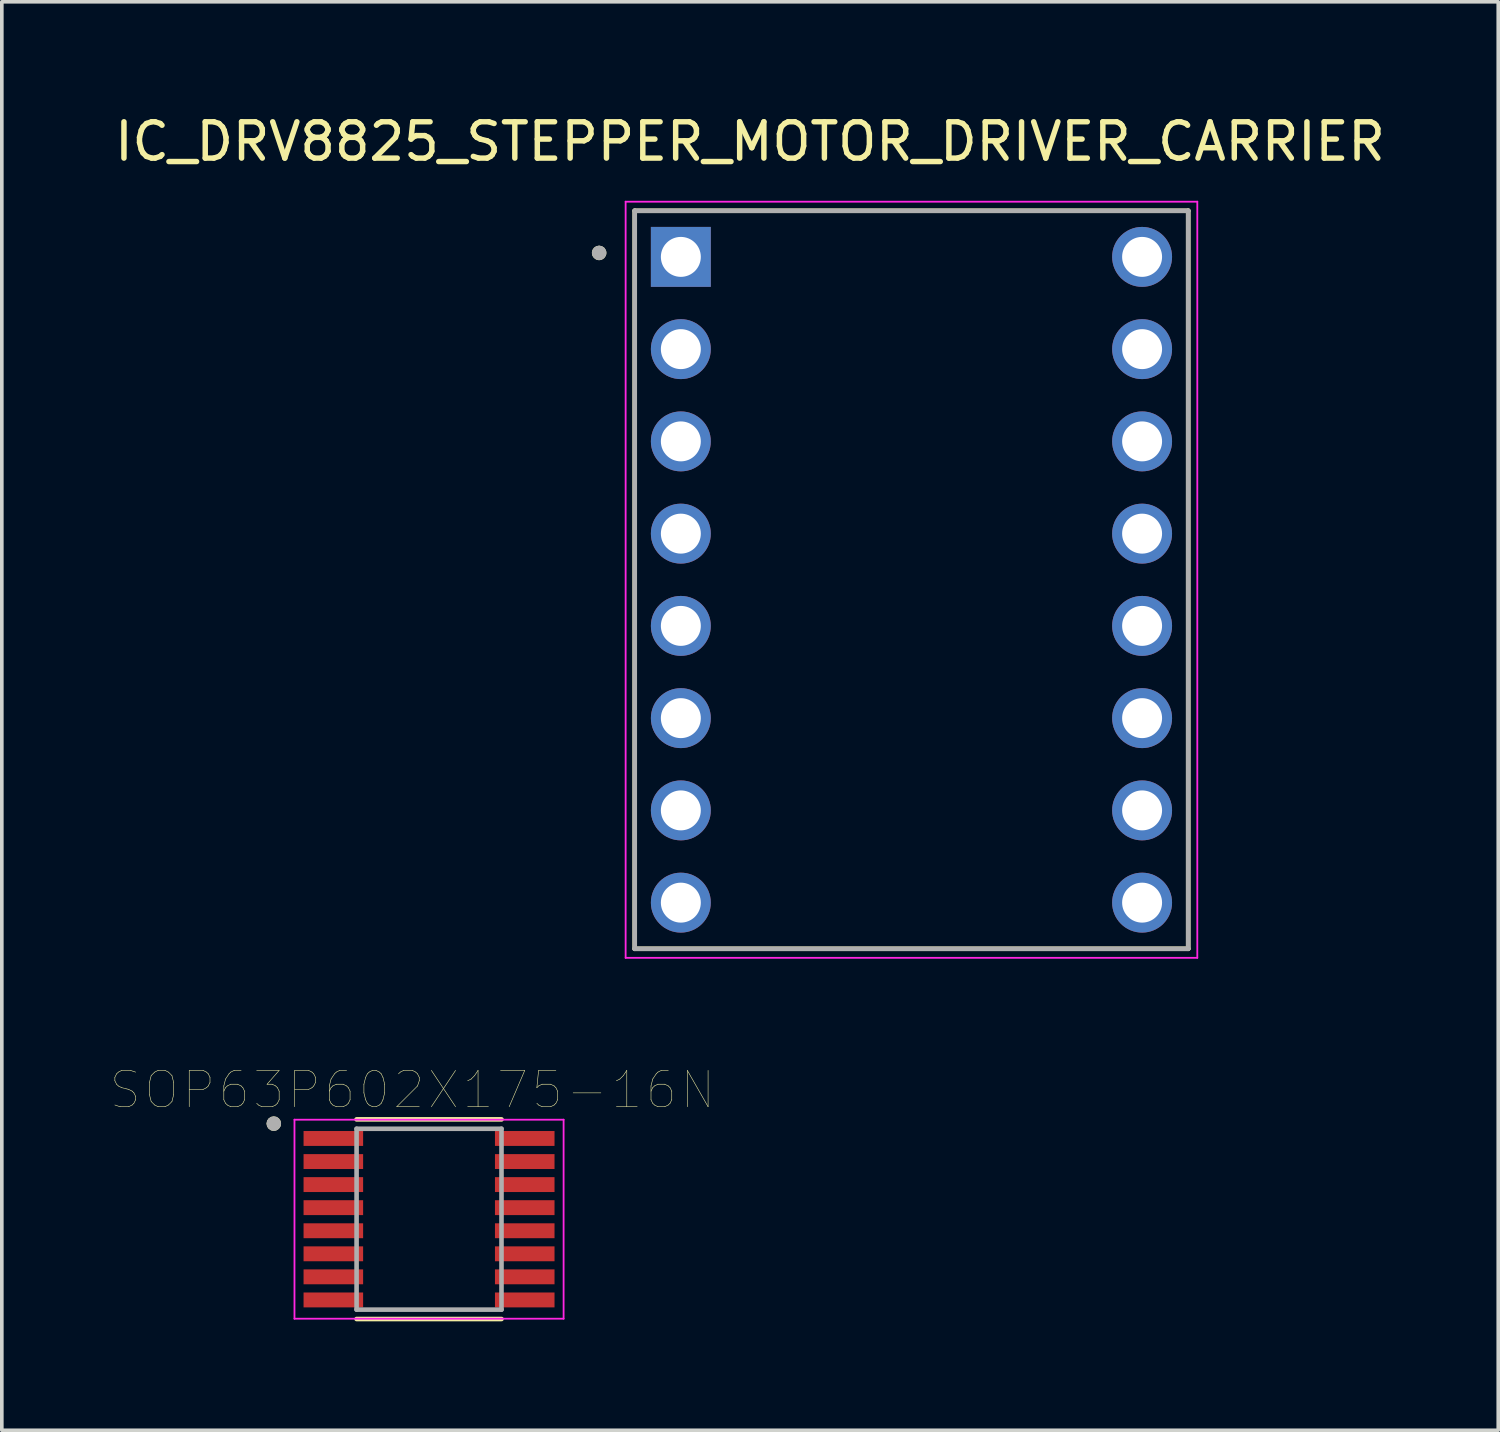
<source format=kicad_pcb>
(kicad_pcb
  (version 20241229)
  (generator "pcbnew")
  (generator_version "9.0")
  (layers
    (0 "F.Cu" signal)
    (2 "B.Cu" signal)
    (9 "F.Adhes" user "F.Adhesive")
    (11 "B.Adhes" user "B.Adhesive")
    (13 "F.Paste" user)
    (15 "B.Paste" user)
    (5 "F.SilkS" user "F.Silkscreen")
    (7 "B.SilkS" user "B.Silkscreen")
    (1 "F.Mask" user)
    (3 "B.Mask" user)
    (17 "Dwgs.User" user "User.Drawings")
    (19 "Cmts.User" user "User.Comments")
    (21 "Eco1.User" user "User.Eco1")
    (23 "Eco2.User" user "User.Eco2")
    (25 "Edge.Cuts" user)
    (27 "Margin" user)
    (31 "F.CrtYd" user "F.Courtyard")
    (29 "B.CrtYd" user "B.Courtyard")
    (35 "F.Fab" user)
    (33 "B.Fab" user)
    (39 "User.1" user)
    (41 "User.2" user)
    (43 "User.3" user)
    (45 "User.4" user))
  (footprint "IC_DRV8825_STEPPER_MOTOR_DRIVER_CARRIER"
    (layer "F.Cu")
    (at 22.046 12.913)
    (property "Reference" "IC_DRV8825_STEPPER_MOTOR_DRIVER_CARRIER" (at -4.445 -12.065 0) (layer "F.SilkS") (effects (font (size 1 1) (thickness 0.15))))
    (attr through_hole)
    (fp_line (start -7.62 -10.16) (end 7.62 -10.16) (stroke (width 0.127) (type solid)) (layer "F.SilkS"))
    (fp_line (start -7.62 10.16) (end -7.62 -10.16) (stroke (width 0.127) (type solid)) (layer "F.SilkS"))
    (fp_line (start 7.62 -10.16) (end 7.62 10.16) (stroke (width 0.127) (type solid)) (layer "F.SilkS"))
    (fp_line (start 7.62 10.16) (end -7.62 10.16) (stroke (width 0.127) (type solid)) (layer "F.SilkS"))
    (fp_circle (center -8.6 -9) (end -8.5 -9) (stroke (width 0.2) (type solid)) (fill no) (layer "F.SilkS"))
    (fp_line (start -7.87 -10.41) (end 7.87 -10.41) (stroke (width 0.05) (type solid)) (layer "F.CrtYd"))
    (fp_line (start -7.87 10.41) (end -7.87 -10.41) (stroke (width 0.05) (type solid)) (layer "F.CrtYd"))
    (fp_line (start 7.87 -10.41) (end 7.87 10.41) (stroke (width 0.05) (type solid)) (layer "F.CrtYd"))
    (fp_line (start 7.87 10.41) (end -7.87 10.41) (stroke (width 0.05) (type solid)) (layer "F.CrtYd"))
    (fp_line (start -7.62 -10.16) (end 7.62 -10.16) (stroke (width 0.127) (type solid)) (layer "F.Fab"))
    (fp_line (start -7.62 10.16) (end -7.62 -10.16) (stroke (width 0.127) (type solid)) (layer "F.Fab"))
    (fp_line (start 7.62 -10.16) (end 7.62 10.16) (stroke (width 0.127) (type solid)) (layer "F.Fab"))
    (fp_line (start 7.62 10.16) (end -7.62 10.16) (stroke (width 0.127) (type solid)) (layer "F.Fab"))
    (fp_circle (center -8.6 -9) (end -8.5 -9) (stroke (width 0.2) (type solid)) (fill no) (layer "F.Fab"))
    (pad "1" thru_hole rect (at -6.35 -8.89) (size 1.65 1.65) (drill 1.1) (layers "*.Cu" "*.Mask"))
    (pad "2" thru_hole circle (at -6.35 -6.35) (size 1.65 1.65) (drill 1.1) (layers "*.Cu" "*.Mask"))
    (pad "3" thru_hole circle (at -6.35 -3.81) (size 1.65 1.65) (drill 1.1) (layers "*.Cu" "*.Mask"))
    (pad "4" thru_hole circle (at -6.35 -1.27) (size 1.65 1.65) (drill 1.1) (layers "*.Cu" "*.Mask"))
    (pad "5" thru_hole circle (at -6.35 1.27) (size 1.65 1.65) (drill 1.1) (layers "*.Cu" "*.Mask"))
    (pad "6" thru_hole circle (at -6.35 3.81) (size 1.65 1.65) (drill 1.1) (layers "*.Cu" "*.Mask"))
    (pad "7" thru_hole circle (at -6.35 6.35) (size 1.65 1.65) (drill 1.1) (layers "*.Cu" "*.Mask"))
    (pad "8" thru_hole circle (at -6.35 8.89) (size 1.65 1.65) (drill 1.1) (layers "*.Cu" "*.Mask"))
    (pad "9" thru_hole circle (at 6.35 8.89) (size 1.65 1.65) (drill 1.1) (layers "*.Cu" "*.Mask"))
    (pad "10" thru_hole circle (at 6.35 6.35) (size 1.65 1.65) (drill 1.1) (layers "*.Cu" "*.Mask"))
    (pad "11" thru_hole circle (at 6.35 3.81) (size 1.65 1.65) (drill 1.1) (layers "*.Cu" "*.Mask"))
    (pad "12" thru_hole circle (at 6.35 1.27) (size 1.65 1.65) (drill 1.1) (layers "*.Cu" "*.Mask"))
    (pad "13" thru_hole circle (at 6.35 -1.27) (size 1.65 1.65) (drill 1.1) (layers "*.Cu" "*.Mask"))
    (pad "14" thru_hole circle (at 6.35 -3.81) (size 1.65 1.65) (drill 1.1) (layers "*.Cu" "*.Mask"))
    (pad "15" thru_hole circle (at 6.35 -6.35) (size 1.65 1.65) (drill 1.1) (layers "*.Cu" "*.Mask"))
    (pad "16" thru_hole circle (at 6.35 -8.89) (size 1.65 1.65) (drill 1.1) (layers "*.Cu" "*.Mask")))
  (footprint "SOP63P602X175-16N"
    (layer "F.Cu")
    (at 8.763 30.519)
    (property "Reference" "SOP63P602X175-16N" (at -0.46 -3.559 0) (layer "F.SilkS") (effects (font (size 1 1) (thickness 0.015))))
    (attr through_hole)
    (fp_line (start -1.995 -2.748) (end 1.995 -2.748) (stroke (width 0.127) (type solid)) (layer "F.SilkS"))
    (fp_line (start -1.995 2.748) (end 1.995 2.748) (stroke (width 0.127) (type solid)) (layer "F.SilkS"))
    (fp_circle (center -4.275 -2.632) (end -4.175 -2.632) (stroke (width 0.2) (type solid)) (fill no) (layer "F.SilkS"))
    (fp_line (start -3.705 -2.74) (end -3.705 2.74) (stroke (width 0.05) (type solid)) (layer "F.CrtYd"))
    (fp_line (start -3.705 -2.74) (end 3.705 -2.74) (stroke (width 0.05) (type solid)) (layer "F.CrtYd"))
    (fp_line (start -3.705 2.74) (end 3.705 2.74) (stroke (width 0.05) (type solid)) (layer "F.CrtYd"))
    (fp_line (start 3.705 -2.74) (end 3.705 2.74) (stroke (width 0.05) (type solid)) (layer "F.CrtYd"))
    (fp_line (start -1.995 -2.49) (end -1.995 2.49) (stroke (width 0.127) (type solid)) (layer "F.Fab"))
    (fp_line (start -1.995 -2.49) (end 1.995 -2.49) (stroke (width 0.127) (type solid)) (layer "F.Fab"))
    (fp_line (start -1.995 2.49) (end 1.995 2.49) (stroke (width 0.127) (type solid)) (layer "F.Fab"))
    (fp_line (start 1.995 -2.49) (end 1.995 2.49) (stroke (width 0.127) (type solid)) (layer "F.Fab"))
    (fp_circle (center -4.275 -2.632) (end -4.175 -2.632) (stroke (width 0.2) (type solid)) (fill no) (layer "F.Fab"))
    (pad "1" smd rect (at -2.635 -2.223) (size 1.64 0.41) (layers "F.Cu" "F.Mask" "F.Paste"))
    (pad "2" smd rect (at -2.635 -1.587) (size 1.64 0.41) (layers "F.Cu" "F.Mask" "F.Paste"))
    (pad "3" smd rect (at -2.635 -0.953) (size 1.64 0.41) (layers "F.Cu" "F.Mask" "F.Paste"))
    (pad "4" smd rect (at -2.635 -0.318) (size 1.64 0.41) (layers "F.Cu" "F.Mask" "F.Paste"))
    (pad "5" smd rect (at -2.635 0.318) (size 1.64 0.41) (layers "F.Cu" "F.Mask" "F.Paste"))
    (pad "6" smd rect (at -2.635 0.953) (size 1.64 0.41) (layers "F.Cu" "F.Mask" "F.Paste"))
    (pad "7" smd rect (at -2.635 1.587) (size 1.64 0.41) (layers "F.Cu" "F.Mask" "F.Paste"))
    (pad "8" smd rect (at -2.635 2.223) (size 1.64 0.41) (layers "F.Cu" "F.Mask" "F.Paste"))
    (pad "9" smd rect (at 2.635 2.223) (size 1.64 0.41) (layers "F.Cu" "F.Mask" "F.Paste"))
    (pad "10" smd rect (at 2.635 1.587) (size 1.64 0.41) (layers "F.Cu" "F.Mask" "F.Paste"))
    (pad "11" smd rect (at 2.635 0.953) (size 1.64 0.41) (layers "F.Cu" "F.Mask" "F.Paste"))
    (pad "12" smd rect (at 2.635 0.318) (size 1.64 0.41) (layers "F.Cu" "F.Mask" "F.Paste"))
    (pad "13" smd rect (at 2.635 -0.318) (size 1.64 0.41) (layers "F.Cu" "F.Mask" "F.Paste"))
    (pad "14" smd rect (at 2.635 -0.953) (size 1.64 0.41) (layers "F.Cu" "F.Mask" "F.Paste"))
    (pad "15" smd rect (at 2.635 -1.587) (size 1.64 0.41) (layers "F.Cu" "F.Mask" "F.Paste"))
    (pad "16" smd rect (at 2.635 -2.223) (size 1.64 0.41) (layers "F.Cu" "F.Mask" "F.Paste")))
  (gr_rect
    (start -3 -3)
    (end 38.202 36.33)
    (stroke (width 0.1) (type default))
    (fill no)
    (layer "Edge.Cuts")))
</source>
